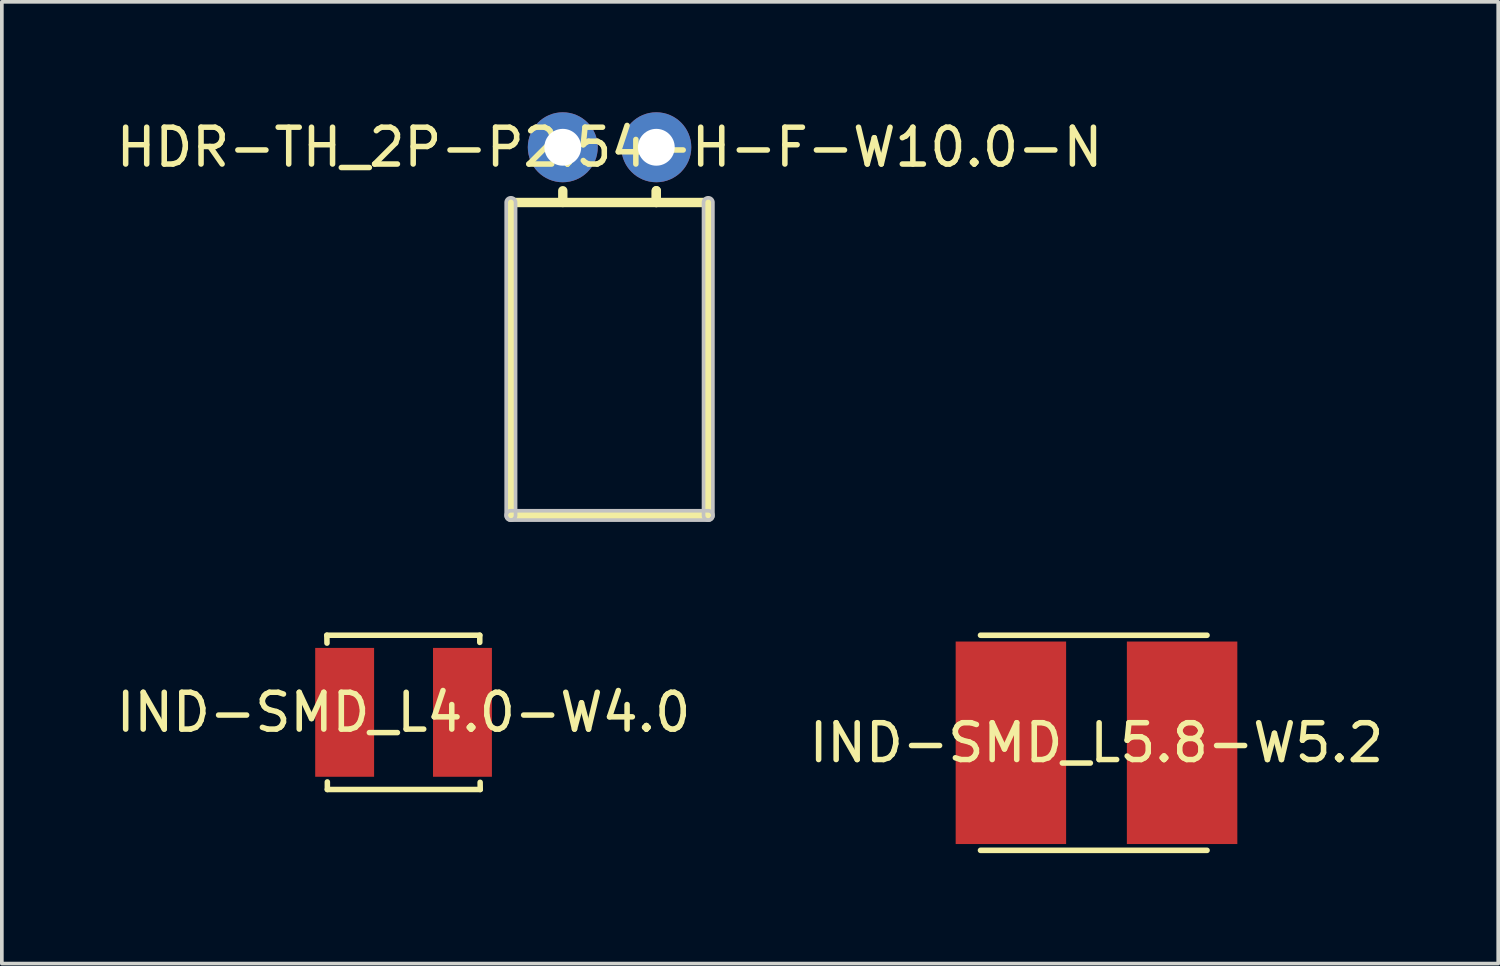
<source format=kicad_pcb>
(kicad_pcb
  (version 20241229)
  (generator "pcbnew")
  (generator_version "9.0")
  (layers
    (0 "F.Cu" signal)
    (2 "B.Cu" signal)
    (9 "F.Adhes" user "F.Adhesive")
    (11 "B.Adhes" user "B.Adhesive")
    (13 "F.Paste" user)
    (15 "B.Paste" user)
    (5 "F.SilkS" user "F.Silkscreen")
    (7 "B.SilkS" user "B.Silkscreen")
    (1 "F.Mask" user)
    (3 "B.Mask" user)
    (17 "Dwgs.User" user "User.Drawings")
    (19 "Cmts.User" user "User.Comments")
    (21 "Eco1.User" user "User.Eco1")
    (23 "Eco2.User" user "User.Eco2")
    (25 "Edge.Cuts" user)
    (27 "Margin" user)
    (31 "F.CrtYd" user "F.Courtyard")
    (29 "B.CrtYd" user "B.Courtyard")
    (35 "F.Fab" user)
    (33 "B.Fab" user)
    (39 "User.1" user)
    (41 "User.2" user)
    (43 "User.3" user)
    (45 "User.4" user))
  (footprint "IND-SMD_L4.0-W4.0"
    (layer "F.Cu")
    (at 7.911 16.298)
    (property "Reference" "IND-SMD_L4.0-W4.0" (at 0 0 0) (layer "F.SilkS") (effects (font (size 1 1) (thickness 0.15))))
    (fp_line (start -2.083 -2.095) (end -2.08 -1.88) (stroke (width 0.15) (type default)) (layer "F.SilkS"))
    (fp_line (start -2.07 1.89) (end -2.07 2.096) (stroke (width 0.15) (type default)) (layer "F.SilkS"))
    (fp_line (start -2.07 2.096) (end 2.083 2.096) (stroke (width 0.15) (type default)) (layer "F.SilkS"))
    (fp_line (start 2.07 -2.095) (end -2.083 -2.095) (stroke (width 0.15) (type default)) (layer "F.SilkS"))
    (fp_line (start 2.07 -1.9) (end 2.07 -2.095) (stroke (width 0.15) (type default)) (layer "F.SilkS"))
    (fp_line (start 2.083 2.096) (end 2.08 1.9) (stroke (width 0.15) (type default)) (layer "F.SilkS"))
    (fp_poly (pts (xy -2 -1.65) (xy -1.05 -1.65) (xy -1.05 1.65) (xy -2 1.65)) (stroke (width 0.1) (type default)) (fill no) (layer "User.1"))
    (fp_poly (pts (xy 1.05 -1.65) (xy 2 -1.65) (xy 2 1.65) (xy 1.05 1.65)) (stroke (width 0.1) (type default)) (fill no) (layer "User.1"))
    (fp_line (start -2 -2) (end 2 -2) (stroke (width 0.051) (type default)) (layer "User.2"))
    (fp_line (start -2 2) (end -2 -2) (stroke (width 0.051) (type default)) (layer "User.2"))
    (fp_line (start 2 -2) (end 2 2) (stroke (width 0.051) (type default)) (layer "User.2"))
    (fp_line (start 2 2) (end -2 2) (stroke (width 0.051) (type default)) (layer "User.2"))
    (fp_poly (pts (xy -1.945 1.977) (xy -1.977 1.945) (xy -2.023 1.945) (xy -2.055 1.977) (xy -2.055 2.023) (xy -2.023 2.055) (xy -1.977 2.055) (xy -1.945 2.023)) (stroke (width 0.1) (type default)) (fill no) (layer "User.3"))
    (pad "1" smd rect (at -1.6 0) (size 1.6 3.5) (layers "F.Cu" "F.Mask" "F.Paste"))
    (pad "2" smd rect (at 1.6 0) (size 1.6 3.5) (layers "F.Cu" "F.Mask" "F.Paste")))
  (footprint "IND-SMD_L5.8-W5.2"
    (layer "F.Cu")
    (at 26.732 17.125)
    (property "Reference" "IND-SMD_L5.8-W5.2" (at 0 0 0) (layer "F.SilkS") (effects (font (size 1 1) (thickness 0.15))))
    (fp_line (start -3.15 2.921) (end 3.002 2.921) (stroke (width 0.152) (type default)) (layer "F.SilkS"))
    (fp_line (start -3.15 -2.921) (end 3.002 -2.921) (stroke (width 0.152) (type default)) (layer "F.SilkS"))
    (fp_poly (pts (xy -2.947 2.6) (xy -2.947 -2.6) (xy -0.747 -2.6) (xy -0.747 2.6)) (stroke (width 0) (type default)) (fill yes) (layer "F.Paste"))
    (fp_poly (pts (xy 2.998 -2.6) (xy 2.998 2.6) (xy 0.797 2.6) (xy 0.797 -2.6)) (stroke (width 0) (type default)) (fill yes) (layer "F.Paste"))
    (fp_poly (pts (xy -0.875 2.6) (xy -1.474 2.6) (xy -1.974 2.2) (xy -2.374 1.7) (xy -2.775 0.9) (xy -2.874 0) (xy -2.775 -0.9) (xy -2.374 -1.7) (xy -2.075 -2.1) (xy -1.474 -2.6) (xy -0.875 -2.6)) (stroke (width 0.1) (type default)) (fill no) (layer "User.1"))
    (fp_poly (pts (xy 0.925 -2.6) (xy 1.525 -2.6) (xy 2.025 -2.2) (xy 2.425 -1.7) (xy 2.825 -0.9) (xy 2.925 0) (xy 2.825 0.9) (xy 2.425 1.7) (xy 2.125 2.1) (xy 1.525 2.6) (xy 0.925 2.6)) (stroke (width 0.1) (type default)) (fill no) (layer "User.1"))
    (fp_line (start -2.874 0) (end -2.775 -0.9) (stroke (width 0.051) (type default)) (layer "User.2"))
    (fp_line (start -2.775 -0.9) (end -2.374 -1.7) (stroke (width 0.051) (type default)) (layer "User.2"))
    (fp_line (start -2.775 0.9) (end -2.874 0) (stroke (width 0.051) (type default)) (layer "User.2"))
    (fp_line (start -2.374 -1.7) (end -2.075 -2.1) (stroke (width 0.051) (type default)) (layer "User.2"))
    (fp_line (start -2.374 1.7) (end -2.775 0.9) (stroke (width 0.051) (type default)) (layer "User.2"))
    (fp_line (start -2.075 -2.1) (end -1.474 -2.6) (stroke (width 0.051) (type default)) (layer "User.2"))
    (fp_line (start -1.974 2.2) (end -2.374 1.7) (stroke (width 0.051) (type default)) (layer "User.2"))
    (fp_line (start -1.474 -2.6) (end 1.525 -2.6) (stroke (width 0.051) (type default)) (layer "User.2"))
    (fp_line (start -1.474 2.6) (end -1.974 2.2) (stroke (width 0.051) (type default)) (layer "User.2"))
    (fp_line (start 1.525 -2.6) (end 2.025 -2.2) (stroke (width 0.051) (type default)) (layer "User.2"))
    (fp_line (start 1.525 2.6) (end -1.474 2.6) (stroke (width 0.051) (type default)) (layer "User.2"))
    (fp_line (start 2.025 -2.2) (end 2.425 -1.7) (stroke (width 0.051) (type default)) (layer "User.2"))
    (fp_line (start 2.025 2.2) (end 1.525 2.6) (stroke (width 0.051) (type default)) (layer "User.2"))
    (fp_line (start 2.425 -1.7) (end 2.825 -0.9) (stroke (width 0.051) (type default)) (layer "User.2"))
    (fp_line (start 2.425 1.7) (end 2.025 2.2) (stroke (width 0.051) (type default)) (layer "User.2"))
    (fp_line (start 2.825 -0.9) (end 2.925 0) (stroke (width 0.051) (type default)) (layer "User.2"))
    (fp_line (start 2.825 0.9) (end 2.425 1.7) (stroke (width 0.051) (type default)) (layer "User.2"))
    (fp_line (start 2.925 0) (end 2.825 0.9) (stroke (width 0.051) (type default)) (layer "User.2"))
    (fp_poly (pts (xy 2.98 2.577) (xy 2.948 2.545) (xy 2.902 2.545) (xy 2.87 2.577) (xy 2.87 2.623) (xy 2.902 2.655) (xy 2.948 2.655) (xy 2.98 2.623)) (stroke (width 0.1) (type default)) (fill no) (layer "User.3"))
    (pad "1" smd rect (at 2.325 0) (size 3 5.5) (layers "F.Cu" "F.Mask" "F.Paste"))
    (pad "2" smd rect (at -2.325 0) (size 3 5.5) (layers "F.Cu" "F.Mask" "F.Paste")))
  (footprint "HDR-TH_2P-P2.54-H-F-W10.0-N"
    (layer "F.Cu")
    (at 13.506 0.95)
    (property "Reference" "HDR-TH_2P-P2.54-H-F-W10.0-N" (at 0 0 0) (layer "F.SilkS") (effects (font (size 1 1) (thickness 0.15))))
    (fp_line (start -2.68 1.5) (end -2.68 10) (stroke (width 0.254) (type default)) (layer "F.SilkS"))
    (fp_line (start -2.68 1.5) (end 2.68 1.5) (stroke (width 0.254) (type default)) (layer "F.SilkS"))
    (fp_line (start -2.68 10) (end 2.68 10) (stroke (width 0.254) (type default)) (layer "F.SilkS"))
    (fp_line (start -1.27 1.5) (end -1.27 1.181) (stroke (width 0.254) (type default)) (layer "F.SilkS"))
    (fp_line (start 1.27 1.181) (end 1.27 1.5) (stroke (width 0.254) (type default)) (layer "F.SilkS"))
    (fp_line (start 1.27 1.181) (end 1.27 1.5) (stroke (width 0.254) (type default)) (layer "F.SilkS"))
    (fp_line (start 2.68 1.5) (end 2.68 10) (stroke (width 0.254) (type default)) (layer "F.SilkS"))
    (fp_poly (pts (arc (start -2.807 1.5) (mid -2.68 1.373) (end -2.553 1.5)) (arc (start -2.553 10) (mid -2.68 10.127) (end -2.807 10))) (stroke (width 0.1) (type default)) (fill no) (layer "Dwgs.User"))
    (fp_poly (pts (arc (start -2.68 10.127) (mid -2.807 10) (end -2.68 9.873)) (arc (start 2.68 9.873) (mid 2.807 10) (end 2.68 10.127))) (stroke (width 0.1) (type default)) (fill no) (layer "Dwgs.User"))
    (fp_poly (pts (arc (start 2.553 1.5) (mid 2.68 1.373) (end 2.807 1.5)) (arc (start 2.807 10) (mid 2.68 10.127) (end 2.553 10))) (stroke (width 0.1) (type default)) (fill no) (layer "Dwgs.User"))
    (fp_poly (pts (xy -1.59 -0.2) (xy -0.95 -0.2) (xy -0.95 0.2) (xy -1.59 0.2)) (stroke (width 0.1) (type default)) (fill no) (layer "User.1"))
    (fp_poly (pts (xy -0.95 -0.2) (xy -1.59 -0.2) (xy -1.59 1.51) (xy -0.95 1.51)) (stroke (width 0.1) (type default)) (fill no) (layer "User.1"))
    (fp_poly (pts (xy 0.95 -0.2) (xy 1.59 -0.2) (xy 1.59 0.2) (xy 0.95 0.2)) (stroke (width 0.1) (type default)) (fill no) (layer "User.1"))
    (fp_poly (pts (xy 1.59 -0.2) (xy 0.95 -0.2) (xy 0.95 1.51) (xy 1.59 1.51)) (stroke (width 0.1) (type default)) (fill no) (layer "User.1"))
    (fp_line (start -2.74 1.5) (end 2.74 1.5) (stroke (width 0.051) (type default)) (layer "User.2"))
    (fp_line (start -2.74 10) (end -2.74 1.5) (stroke (width 0.051) (type default)) (layer "User.2"))
    (fp_line (start 2.74 1.5) (end 2.74 10) (stroke (width 0.051) (type default)) (layer "User.2"))
    (fp_line (start 2.74 10) (end -2.74 10) (stroke (width 0.051) (type default)) (layer "User.2"))
    (fp_poly (pts (xy -2.685 9.977) (xy -2.717 9.945) (xy -2.763 9.945) (xy -2.795 9.977) (xy -2.795 10.023) (xy -2.763 10.055) (xy -2.717 10.055) (xy -2.685 10.023)) (stroke (width 0.1) (type default)) (fill no) (layer "User.3"))
    (pad "1" thru_hole circle (at -1.27 0) (size 1.9 1.9) (drill 1) (layers "*.Cu" "*.Mask"))
    (pad "2" thru_hole circle (at 1.27 0) (size 1.9 1.9) (drill 1) (layers "*.Cu" "*.Mask")))
  (gr_rect
    (start -3 -3)
    (end 37.643 23.122)
    (stroke (width 0.1) (type default))
    (fill no)
    (layer "Edge.Cuts")))
</source>
